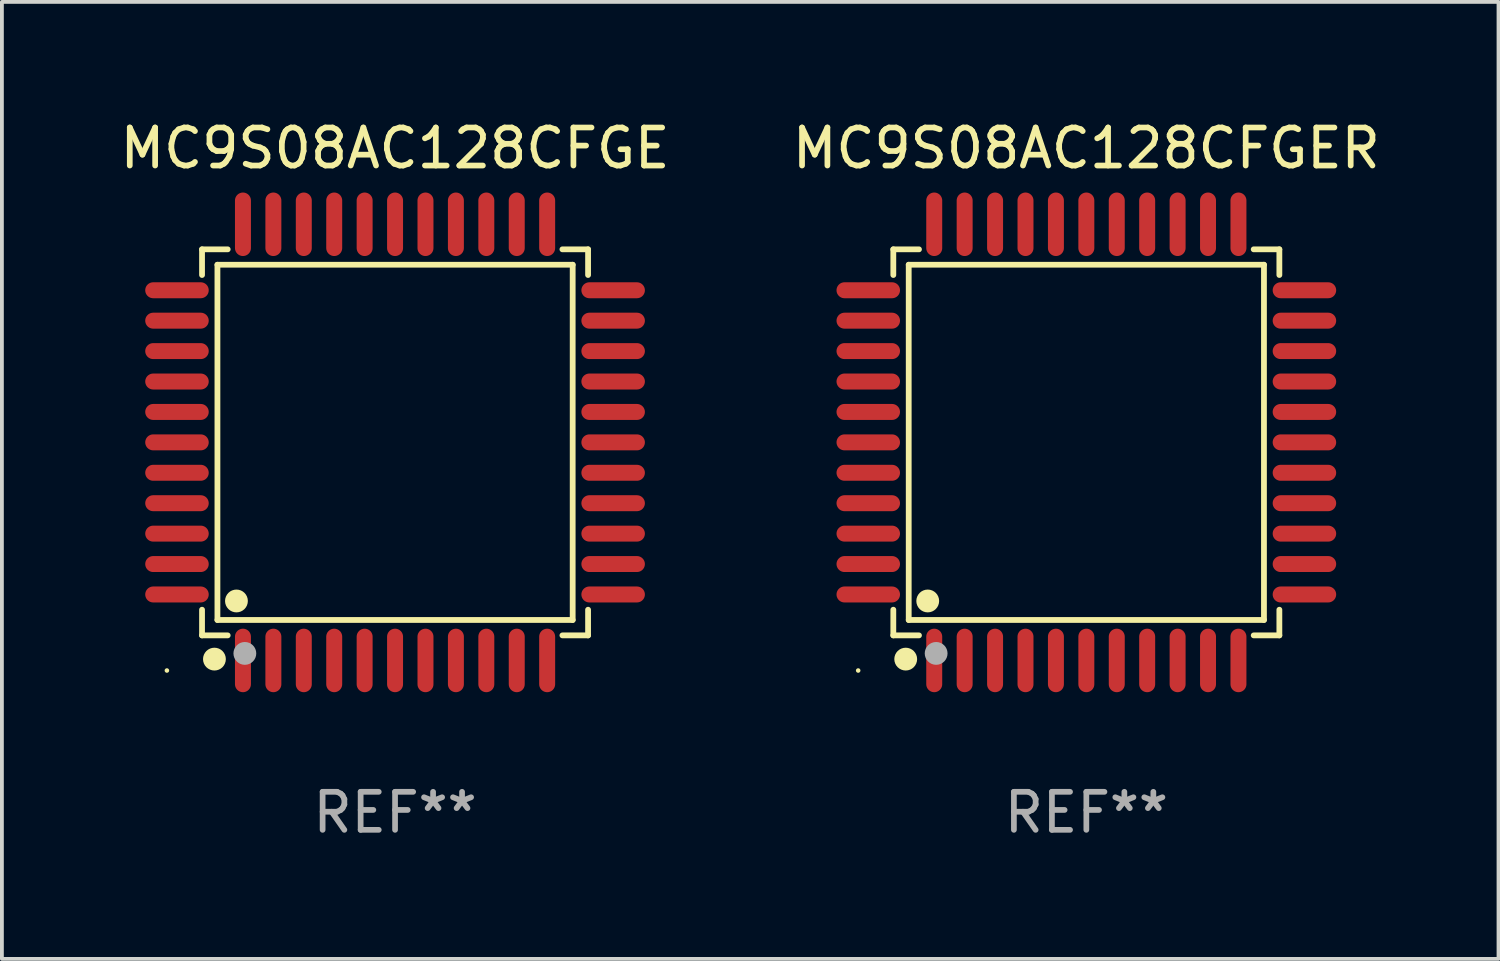
<source format=kicad_pcb>
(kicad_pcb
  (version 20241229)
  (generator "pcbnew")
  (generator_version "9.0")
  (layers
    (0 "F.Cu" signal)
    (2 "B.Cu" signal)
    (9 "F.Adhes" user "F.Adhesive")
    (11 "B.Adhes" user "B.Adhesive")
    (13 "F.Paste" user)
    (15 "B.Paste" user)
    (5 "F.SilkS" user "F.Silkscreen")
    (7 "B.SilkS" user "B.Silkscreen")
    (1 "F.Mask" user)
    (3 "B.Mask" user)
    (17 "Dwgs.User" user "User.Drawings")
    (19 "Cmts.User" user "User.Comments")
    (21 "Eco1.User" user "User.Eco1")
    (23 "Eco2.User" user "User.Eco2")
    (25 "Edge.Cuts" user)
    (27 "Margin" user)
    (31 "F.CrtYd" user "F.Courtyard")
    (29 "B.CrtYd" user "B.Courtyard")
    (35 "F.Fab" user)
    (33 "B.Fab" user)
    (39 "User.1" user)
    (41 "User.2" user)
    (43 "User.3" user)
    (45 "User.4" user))
  (footprint "MC9S08AC128CFGE"
    (layer "F.Cu")
    (at 7.339 8.583)
    (property "Reference" "MC9S08AC128CFGE" (at 0 -7.735 0) (layer "F.SilkS") (effects (font (size 1 1) (thickness 0.15))))
    (attr through_hole)
    (fp_line (start -5.076 -5.076) (end -4.401 -5.076) (stroke (width 0.152) (type solid)) (layer "F.SilkS"))
    (fp_line (start -5.076 -4.401) (end -5.076 -5.076) (stroke (width 0.152) (type solid)) (layer "F.SilkS"))
    (fp_line (start -5.076 4.401) (end -5.076 5.076) (stroke (width 0.152) (type solid)) (layer "F.SilkS"))
    (fp_line (start -5.076 5.076) (end -4.401 5.076) (stroke (width 0.152) (type solid)) (layer "F.SilkS"))
    (fp_line (start -4.671 -4.671) (end 4.671 -4.671) (stroke (width 0.152) (type solid)) (layer "F.SilkS"))
    (fp_line (start -4.671 4.671) (end -4.671 -4.671) (stroke (width 0.152) (type solid)) (layer "F.SilkS"))
    (fp_line (start 4.671 -4.671) (end 4.671 4.671) (stroke (width 0.152) (type solid)) (layer "F.SilkS"))
    (fp_line (start 4.671 4.671) (end -4.671 4.671) (stroke (width 0.152) (type solid)) (layer "F.SilkS"))
    (fp_line (start 5.076 -5.076) (end 4.401 -5.076) (stroke (width 0.152) (type solid)) (layer "F.SilkS"))
    (fp_line (start 5.076 -4.401) (end 5.076 -5.076) (stroke (width 0.152) (type solid)) (layer "F.SilkS"))
    (fp_line (start 5.076 4.401) (end 5.076 5.076) (stroke (width 0.152) (type solid)) (layer "F.SilkS"))
    (fp_line (start 5.076 5.076) (end 4.401 5.076) (stroke (width 0.152) (type solid)) (layer "F.SilkS"))
    (fp_circle (center -6 6) (end -5.97 6) (stroke (width 0.06) (type solid)) (fill no) (layer "F.SilkS"))
    (fp_circle (center -4.75 5.7) (end -4.6 5.7) (stroke (width 0.3) (type solid)) (fill no) (layer "F.SilkS"))
    (fp_circle (center -4.171 4.171) (end -4.021 4.171) (stroke (width 0.3) (type solid)) (fill no) (layer "F.SilkS"))
    (fp_circle (center -3.95 5.55) (end -3.8 5.55) (stroke (width 0.3) (type solid)) (fill no) (layer "F.Fab"))
    (fp_text user "REF**" (at 0 9.735 0) (layer "F.Fab") (effects (font (size 1 1) (thickness 0.15))))
    (pad "1" smd oval (at -4 5.735) (size 0.42 1.67) (layers "F.Cu" "F.Mask" "F.Paste"))
    (pad "2" smd oval (at -3.2 5.735) (size 0.42 1.67) (layers "F.Cu" "F.Mask" "F.Paste"))
    (pad "3" smd oval (at -2.4 5.735) (size 0.42 1.67) (layers "F.Cu" "F.Mask" "F.Paste"))
    (pad "4" smd oval (at -1.6 5.735) (size 0.42 1.67) (layers "F.Cu" "F.Mask" "F.Paste"))
    (pad "5" smd oval (at -0.8 5.735) (size 0.42 1.67) (layers "F.Cu" "F.Mask" "F.Paste"))
    (pad "6" smd oval (at 0 5.735) (size 0.42 1.67) (layers "F.Cu" "F.Mask" "F.Paste"))
    (pad "7" smd oval (at 0.8 5.735) (size 0.42 1.67) (layers "F.Cu" "F.Mask" "F.Paste"))
    (pad "8" smd oval (at 1.6 5.735) (size 0.42 1.67) (layers "F.Cu" "F.Mask" "F.Paste"))
    (pad "9" smd oval (at 2.4 5.735) (size 0.42 1.67) (layers "F.Cu" "F.Mask" "F.Paste"))
    (pad "10" smd oval (at 3.2 5.735) (size 0.42 1.67) (layers "F.Cu" "F.Mask" "F.Paste"))
    (pad "11" smd oval (at 4 5.735) (size 0.42 1.67) (layers "F.Cu" "F.Mask" "F.Paste"))
    (pad "12" smd oval (at 5.735 4) (size 1.67 0.42) (layers "F.Cu" "F.Mask" "F.Paste"))
    (pad "13" smd oval (at 5.735 3.2) (size 1.67 0.42) (layers "F.Cu" "F.Mask" "F.Paste"))
    (pad "14" smd oval (at 5.735 2.4) (size 1.67 0.42) (layers "F.Cu" "F.Mask" "F.Paste"))
    (pad "15" smd oval (at 5.735 1.6) (size 1.67 0.42) (layers "F.Cu" "F.Mask" "F.Paste"))
    (pad "16" smd oval (at 5.735 0.8) (size 1.67 0.42) (layers "F.Cu" "F.Mask" "F.Paste"))
    (pad "17" smd oval (at 5.735 0) (size 1.67 0.42) (layers "F.Cu" "F.Mask" "F.Paste"))
    (pad "18" smd oval (at 5.735 -0.8) (size 1.67 0.42) (layers "F.Cu" "F.Mask" "F.Paste"))
    (pad "19" smd oval (at 5.735 -1.6) (size 1.67 0.42) (layers "F.Cu" "F.Mask" "F.Paste"))
    (pad "20" smd oval (at 5.735 -2.4) (size 1.67 0.42) (layers "F.Cu" "F.Mask" "F.Paste"))
    (pad "21" smd oval (at 5.735 -3.2) (size 1.67 0.42) (layers "F.Cu" "F.Mask" "F.Paste"))
    (pad "22" smd oval (at 5.735 -4) (size 1.67 0.42) (layers "F.Cu" "F.Mask" "F.Paste"))
    (pad "23" smd oval (at 4 -5.735) (size 0.42 1.67) (layers "F.Cu" "F.Mask" "F.Paste"))
    (pad "24" smd oval (at 3.2 -5.735) (size 0.42 1.67) (layers "F.Cu" "F.Mask" "F.Paste"))
    (pad "25" smd oval (at 2.4 -5.735) (size 0.42 1.67) (layers "F.Cu" "F.Mask" "F.Paste"))
    (pad "26" smd oval (at 1.6 -5.735) (size 0.42 1.67) (layers "F.Cu" "F.Mask" "F.Paste"))
    (pad "27" smd oval (at 0.8 -5.735) (size 0.42 1.67) (layers "F.Cu" "F.Mask" "F.Paste"))
    (pad "28" smd oval (at 0 -5.735) (size 0.42 1.67) (layers "F.Cu" "F.Mask" "F.Paste"))
    (pad "29" smd oval (at -0.8 -5.735) (size 0.42 1.67) (layers "F.Cu" "F.Mask" "F.Paste"))
    (pad "30" smd oval (at -1.6 -5.735) (size 0.42 1.67) (layers "F.Cu" "F.Mask" "F.Paste"))
    (pad "31" smd oval (at -2.4 -5.735) (size 0.42 1.67) (layers "F.Cu" "F.Mask" "F.Paste"))
    (pad "32" smd oval (at -3.2 -5.735) (size 0.42 1.67) (layers "F.Cu" "F.Mask" "F.Paste"))
    (pad "33" smd oval (at -4 -5.735) (size 0.42 1.67) (layers "F.Cu" "F.Mask" "F.Paste"))
    (pad "34" smd oval (at -5.735 -4) (size 1.67 0.42) (layers "F.Cu" "F.Mask" "F.Paste"))
    (pad "35" smd oval (at -5.735 -3.2) (size 1.67 0.42) (layers "F.Cu" "F.Mask" "F.Paste"))
    (pad "36" smd oval (at -5.735 -2.4) (size 1.67 0.42) (layers "F.Cu" "F.Mask" "F.Paste"))
    (pad "37" smd oval (at -5.735 -1.6) (size 1.67 0.42) (layers "F.Cu" "F.Mask" "F.Paste"))
    (pad "38" smd oval (at -5.735 -0.8) (size 1.67 0.42) (layers "F.Cu" "F.Mask" "F.Paste"))
    (pad "39" smd oval (at -5.735 0) (size 1.67 0.42) (layers "F.Cu" "F.Mask" "F.Paste"))
    (pad "40" smd oval (at -5.735 0.8) (size 1.67 0.42) (layers "F.Cu" "F.Mask" "F.Paste"))
    (pad "41" smd oval (at -5.735 1.6) (size 1.67 0.42) (layers "F.Cu" "F.Mask" "F.Paste"))
    (pad "42" smd oval (at -5.735 2.4) (size 1.67 0.42) (layers "F.Cu" "F.Mask" "F.Paste"))
    (pad "43" smd oval (at -5.735 3.2) (size 1.67 0.42) (layers "F.Cu" "F.Mask" "F.Paste"))
    (pad "44" smd oval (at -5.735 4) (size 1.67 0.42) (layers "F.Cu" "F.Mask" "F.Paste")))
  (footprint "MC9S08AC128CFGER"
    (layer "F.Cu")
    (at 25.518 8.583)
    (property "Reference" "MC9S08AC128CFGER" (at 0 -7.735 0) (layer "F.SilkS") (effects (font (size 1 1) (thickness 0.15))))
    (attr through_hole)
    (fp_line (start -5.076 -5.076) (end -4.401 -5.076) (stroke (width 0.152) (type solid)) (layer "F.SilkS"))
    (fp_line (start -5.076 -4.401) (end -5.076 -5.076) (stroke (width 0.152) (type solid)) (layer "F.SilkS"))
    (fp_line (start -5.076 4.401) (end -5.076 5.076) (stroke (width 0.152) (type solid)) (layer "F.SilkS"))
    (fp_line (start -5.076 5.076) (end -4.401 5.076) (stroke (width 0.152) (type solid)) (layer "F.SilkS"))
    (fp_line (start -4.671 -4.671) (end 4.671 -4.671) (stroke (width 0.152) (type solid)) (layer "F.SilkS"))
    (fp_line (start -4.671 4.671) (end -4.671 -4.671) (stroke (width 0.152) (type solid)) (layer "F.SilkS"))
    (fp_line (start 4.671 -4.671) (end 4.671 4.671) (stroke (width 0.152) (type solid)) (layer "F.SilkS"))
    (fp_line (start 4.671 4.671) (end -4.671 4.671) (stroke (width 0.152) (type solid)) (layer "F.SilkS"))
    (fp_line (start 5.076 -5.076) (end 4.401 -5.076) (stroke (width 0.152) (type solid)) (layer "F.SilkS"))
    (fp_line (start 5.076 -4.401) (end 5.076 -5.076) (stroke (width 0.152) (type solid)) (layer "F.SilkS"))
    (fp_line (start 5.076 4.401) (end 5.076 5.076) (stroke (width 0.152) (type solid)) (layer "F.SilkS"))
    (fp_line (start 5.076 5.076) (end 4.401 5.076) (stroke (width 0.152) (type solid)) (layer "F.SilkS"))
    (fp_circle (center -6 6) (end -5.97 6) (stroke (width 0.06) (type solid)) (fill no) (layer "F.SilkS"))
    (fp_circle (center -4.75 5.7) (end -4.6 5.7) (stroke (width 0.3) (type solid)) (fill no) (layer "F.SilkS"))
    (fp_circle (center -4.171 4.171) (end -4.021 4.171) (stroke (width 0.3) (type solid)) (fill no) (layer "F.SilkS"))
    (fp_circle (center -3.95 5.55) (end -3.8 5.55) (stroke (width 0.3) (type solid)) (fill no) (layer "F.Fab"))
    (fp_text user "REF**" (at 0 9.735 0) (layer "F.Fab") (effects (font (size 1 1) (thickness 0.15))))
    (pad "1" smd oval (at -4 5.735) (size 0.42 1.67) (layers "F.Cu" "F.Mask" "F.Paste"))
    (pad "2" smd oval (at -3.2 5.735) (size 0.42 1.67) (layers "F.Cu" "F.Mask" "F.Paste"))
    (pad "3" smd oval (at -2.4 5.735) (size 0.42 1.67) (layers "F.Cu" "F.Mask" "F.Paste"))
    (pad "4" smd oval (at -1.6 5.735) (size 0.42 1.67) (layers "F.Cu" "F.Mask" "F.Paste"))
    (pad "5" smd oval (at -0.8 5.735) (size 0.42 1.67) (layers "F.Cu" "F.Mask" "F.Paste"))
    (pad "6" smd oval (at 0 5.735) (size 0.42 1.67) (layers "F.Cu" "F.Mask" "F.Paste"))
    (pad "7" smd oval (at 0.8 5.735) (size 0.42 1.67) (layers "F.Cu" "F.Mask" "F.Paste"))
    (pad "8" smd oval (at 1.6 5.735) (size 0.42 1.67) (layers "F.Cu" "F.Mask" "F.Paste"))
    (pad "9" smd oval (at 2.4 5.735) (size 0.42 1.67) (layers "F.Cu" "F.Mask" "F.Paste"))
    (pad "10" smd oval (at 3.2 5.735) (size 0.42 1.67) (layers "F.Cu" "F.Mask" "F.Paste"))
    (pad "11" smd oval (at 4 5.735) (size 0.42 1.67) (layers "F.Cu" "F.Mask" "F.Paste"))
    (pad "12" smd oval (at 5.735 4) (size 1.67 0.42) (layers "F.Cu" "F.Mask" "F.Paste"))
    (pad "13" smd oval (at 5.735 3.2) (size 1.67 0.42) (layers "F.Cu" "F.Mask" "F.Paste"))
    (pad "14" smd oval (at 5.735 2.4) (size 1.67 0.42) (layers "F.Cu" "F.Mask" "F.Paste"))
    (pad "15" smd oval (at 5.735 1.6) (size 1.67 0.42) (layers "F.Cu" "F.Mask" "F.Paste"))
    (pad "16" smd oval (at 5.735 0.8) (size 1.67 0.42) (layers "F.Cu" "F.Mask" "F.Paste"))
    (pad "17" smd oval (at 5.735 0) (size 1.67 0.42) (layers "F.Cu" "F.Mask" "F.Paste"))
    (pad "18" smd oval (at 5.735 -0.8) (size 1.67 0.42) (layers "F.Cu" "F.Mask" "F.Paste"))
    (pad "19" smd oval (at 5.735 -1.6) (size 1.67 0.42) (layers "F.Cu" "F.Mask" "F.Paste"))
    (pad "20" smd oval (at 5.735 -2.4) (size 1.67 0.42) (layers "F.Cu" "F.Mask" "F.Paste"))
    (pad "21" smd oval (at 5.735 -3.2) (size 1.67 0.42) (layers "F.Cu" "F.Mask" "F.Paste"))
    (pad "22" smd oval (at 5.735 -4) (size 1.67 0.42) (layers "F.Cu" "F.Mask" "F.Paste"))
    (pad "23" smd oval (at 4 -5.735) (size 0.42 1.67) (layers "F.Cu" "F.Mask" "F.Paste"))
    (pad "24" smd oval (at 3.2 -5.735) (size 0.42 1.67) (layers "F.Cu" "F.Mask" "F.Paste"))
    (pad "25" smd oval (at 2.4 -5.735) (size 0.42 1.67) (layers "F.Cu" "F.Mask" "F.Paste"))
    (pad "26" smd oval (at 1.6 -5.735) (size 0.42 1.67) (layers "F.Cu" "F.Mask" "F.Paste"))
    (pad "27" smd oval (at 0.8 -5.735) (size 0.42 1.67) (layers "F.Cu" "F.Mask" "F.Paste"))
    (pad "28" smd oval (at 0 -5.735) (size 0.42 1.67) (layers "F.Cu" "F.Mask" "F.Paste"))
    (pad "29" smd oval (at -0.8 -5.735) (size 0.42 1.67) (layers "F.Cu" "F.Mask" "F.Paste"))
    (pad "30" smd oval (at -1.6 -5.735) (size 0.42 1.67) (layers "F.Cu" "F.Mask" "F.Paste"))
    (pad "31" smd oval (at -2.4 -5.735) (size 0.42 1.67) (layers "F.Cu" "F.Mask" "F.Paste"))
    (pad "32" smd oval (at -3.2 -5.735) (size 0.42 1.67) (layers "F.Cu" "F.Mask" "F.Paste"))
    (pad "33" smd oval (at -4 -5.735) (size 0.42 1.67) (layers "F.Cu" "F.Mask" "F.Paste"))
    (pad "34" smd oval (at -5.735 -4) (size 1.67 0.42) (layers "F.Cu" "F.Mask" "F.Paste"))
    (pad "35" smd oval (at -5.735 -3.2) (size 1.67 0.42) (layers "F.Cu" "F.Mask" "F.Paste"))
    (pad "36" smd oval (at -5.735 -2.4) (size 1.67 0.42) (layers "F.Cu" "F.Mask" "F.Paste"))
    (pad "37" smd oval (at -5.735 -1.6) (size 1.67 0.42) (layers "F.Cu" "F.Mask" "F.Paste"))
    (pad "38" smd oval (at -5.735 -0.8) (size 1.67 0.42) (layers "F.Cu" "F.Mask" "F.Paste"))
    (pad "39" smd oval (at -5.735 0) (size 1.67 0.42) (layers "F.Cu" "F.Mask" "F.Paste"))
    (pad "40" smd oval (at -5.735 0.8) (size 1.67 0.42) (layers "F.Cu" "F.Mask" "F.Paste"))
    (pad "41" smd oval (at -5.735 1.6) (size 1.67 0.42) (layers "F.Cu" "F.Mask" "F.Paste"))
    (pad "42" smd oval (at -5.735 2.4) (size 1.67 0.42) (layers "F.Cu" "F.Mask" "F.Paste"))
    (pad "43" smd oval (at -5.735 3.2) (size 1.67 0.42) (layers "F.Cu" "F.Mask" "F.Paste"))
    (pad "44" smd oval (at -5.735 4) (size 1.67 0.42) (layers "F.Cu" "F.Mask" "F.Paste")))
  (gr_rect
    (start -3 -3)
    (end 36.357 22.167)
    (stroke (width 0.1) (type default))
    (fill no)
    (layer "Edge.Cuts")))
</source>
